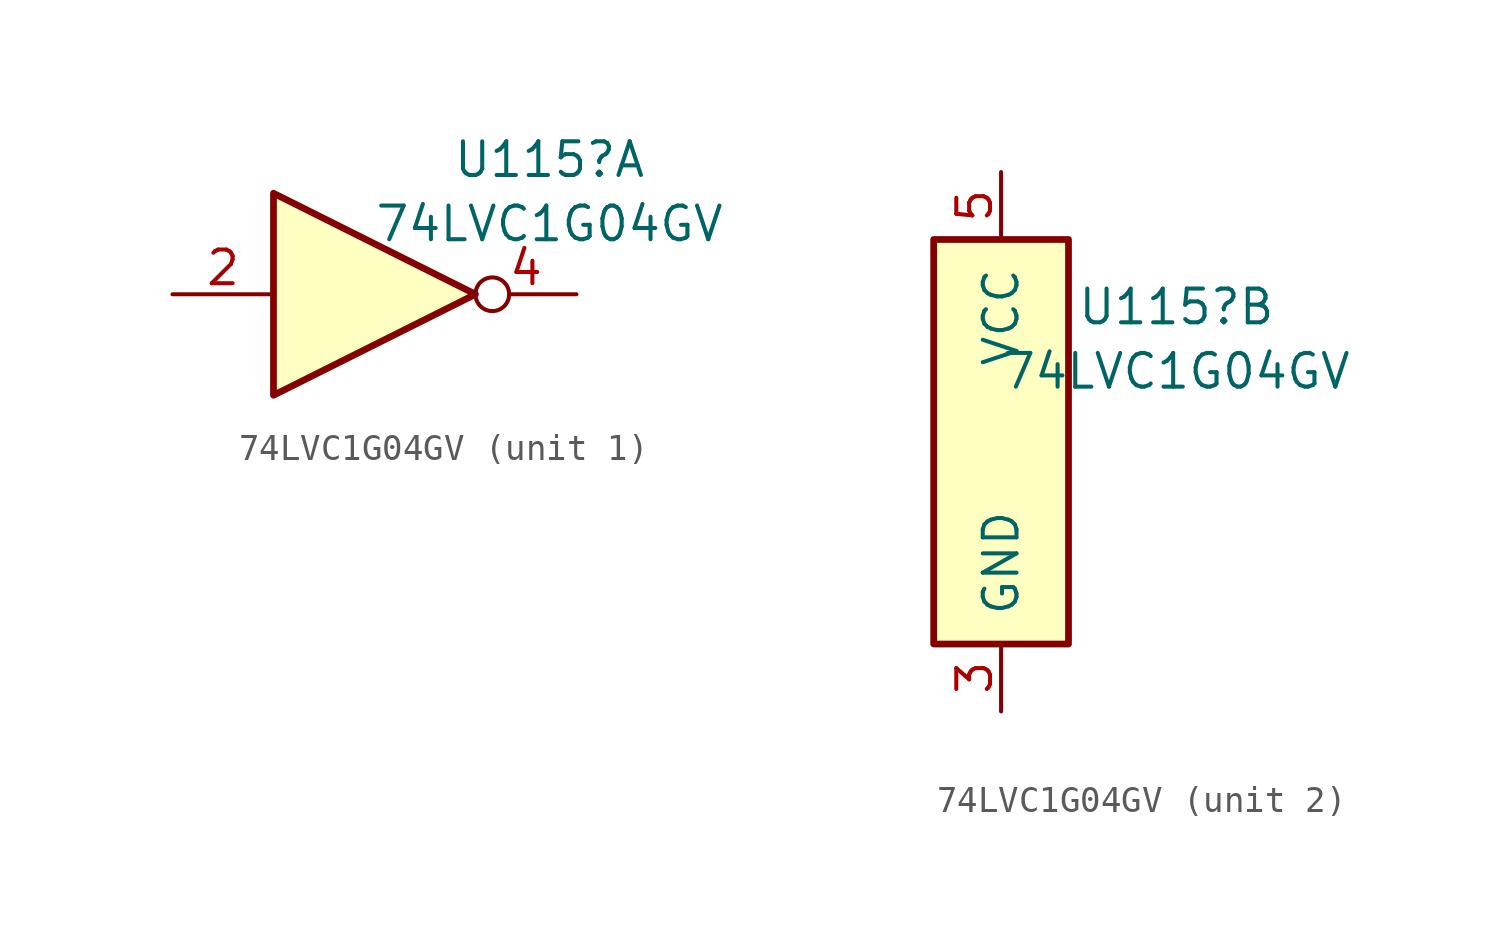
<source format=kicad_sym>
(kicad_symbol_lib
  (version 20241209)
  (generator "kicad_symbol_editor")
  (generator_version "9.0")
  (symbol "74LVC1G04GV"
    (pin_names
      (offset 1.016))
    (property "Reference" "U115"
      (at 6.604 5.08 0)
      (effects (font (size 1.27 1.27))))
    (property "Value" "74LVC1G04GV"
      (at 6.604 2.656 0)
      (effects (font (size 1.27 1.27))))
    (property "ki_locked" ""
      (at 0 0 0)
      (effects (font (size 1.27 1.27))))
    (symbol "74LVC1G04GV_1_0"
      (polyline (pts (xy -3.81 3.81) (xy -3.81 -3.81) (xy 3.81 0) (xy -3.81 3.81)) (stroke (width 0.254) (type default)) (fill (type background)))
      (pin input line (at -7.62 0 0) (length 3.81) (name "~" (effects (font (size 1.27 1.27)))) (number "2" (effects (font (size 1.27 1.27)))))
      (pin no_connect line (at -7.62 -3.81 0) (length 3.81) (hide yes) (name "NC" (effects (font (size 1.27 1.27)))) (number "1" (effects (font (size 1.27 1.27)))))
      (pin output inverted (at 7.62 0 180) (length 3.81) (name "~" (effects (font (size 1.27 1.27)))) (number "4" (effects (font (size 1.27 1.27))))))
    (symbol "74LVC1G04GV_2_0"
      (pin power_in line (at 0 10.16 270) (length 2.54) (name "VCC" (effects (font (size 1.27 1.27)))) (number "5" (effects (font (size 1.27 1.27)))))
      (pin power_in line (at 0 -10.16 90) (length 2.54) (name "GND" (effects (font (size 1.27 1.27)))) (number "3" (effects (font (size 1.27 1.27))))))
    (symbol "74LVC1G04GV_2_1"
      (rectangle (start -2.54 7.62) (end 2.54 -7.62) (stroke (width 0.254) (type default)) (fill (type background))))))
</source>
